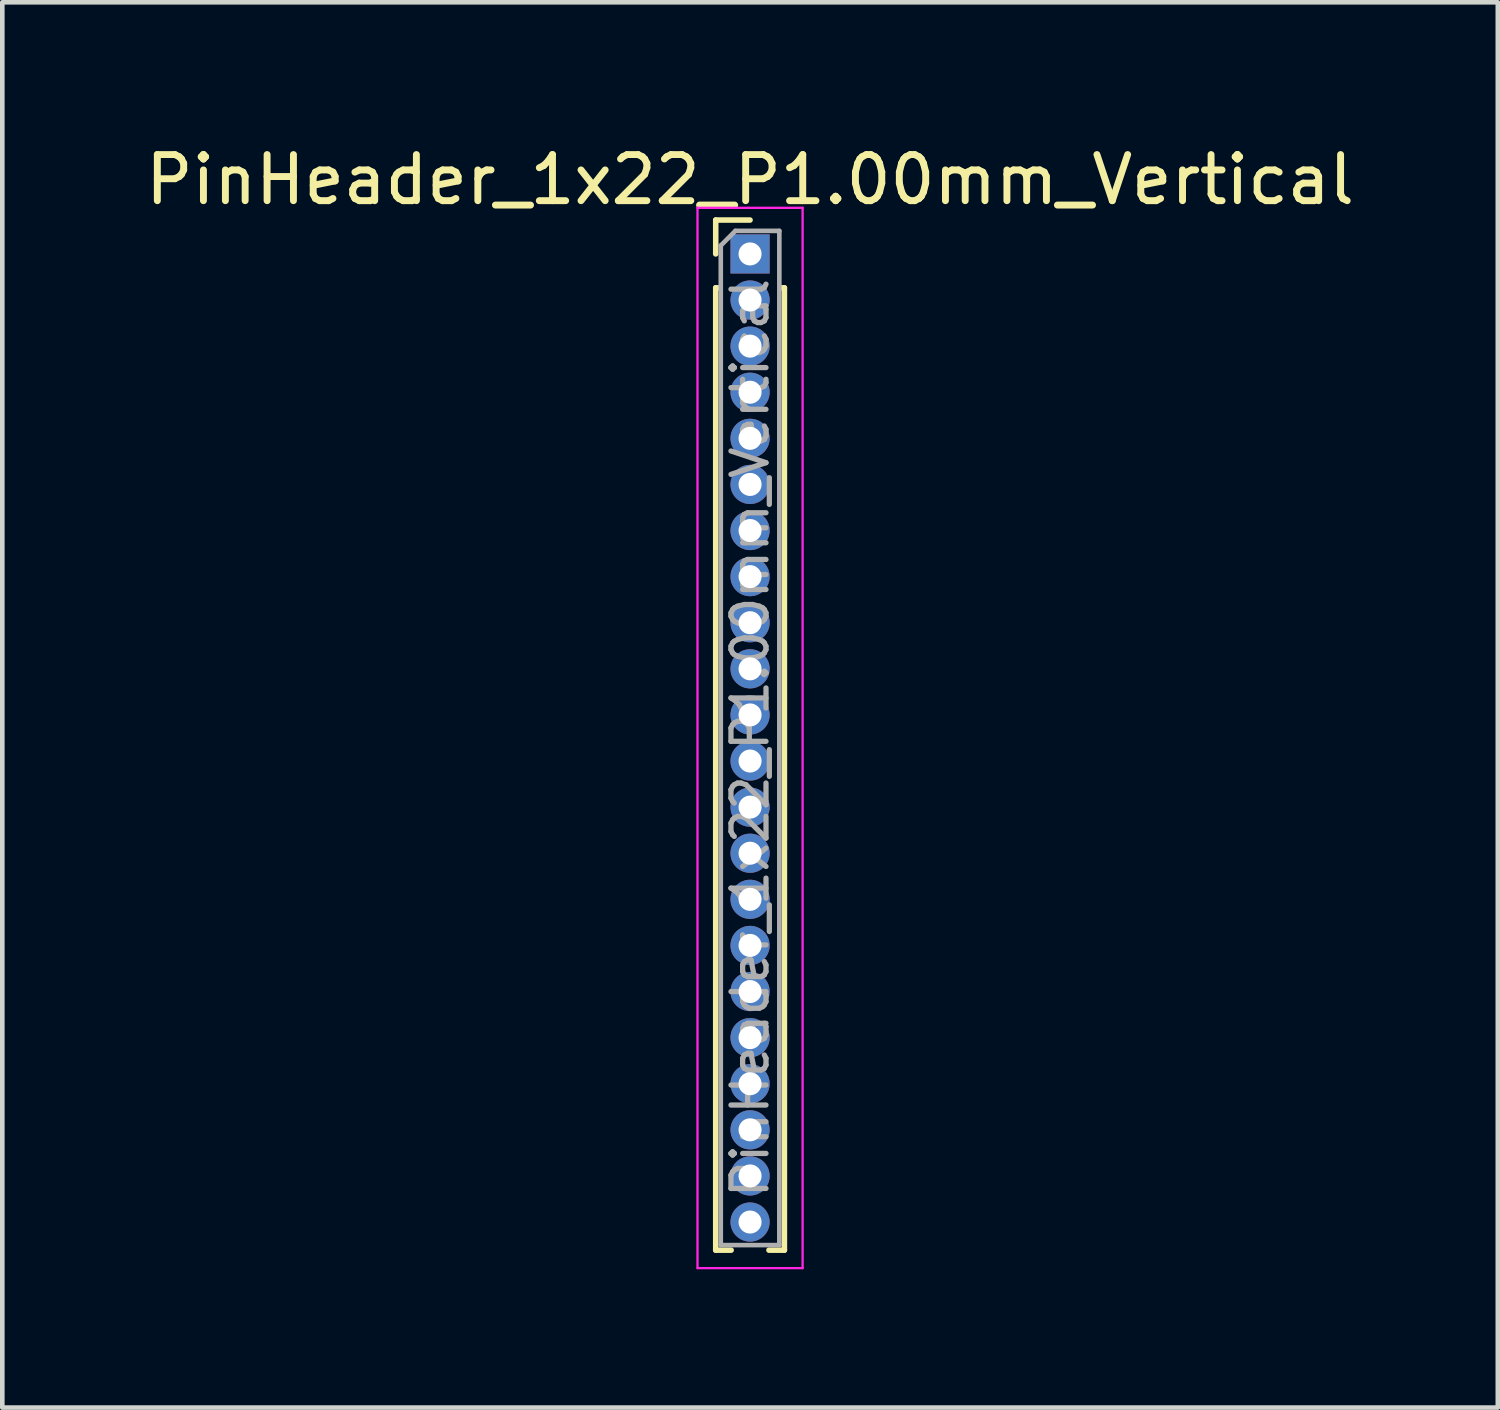
<source format=kicad_pcb>
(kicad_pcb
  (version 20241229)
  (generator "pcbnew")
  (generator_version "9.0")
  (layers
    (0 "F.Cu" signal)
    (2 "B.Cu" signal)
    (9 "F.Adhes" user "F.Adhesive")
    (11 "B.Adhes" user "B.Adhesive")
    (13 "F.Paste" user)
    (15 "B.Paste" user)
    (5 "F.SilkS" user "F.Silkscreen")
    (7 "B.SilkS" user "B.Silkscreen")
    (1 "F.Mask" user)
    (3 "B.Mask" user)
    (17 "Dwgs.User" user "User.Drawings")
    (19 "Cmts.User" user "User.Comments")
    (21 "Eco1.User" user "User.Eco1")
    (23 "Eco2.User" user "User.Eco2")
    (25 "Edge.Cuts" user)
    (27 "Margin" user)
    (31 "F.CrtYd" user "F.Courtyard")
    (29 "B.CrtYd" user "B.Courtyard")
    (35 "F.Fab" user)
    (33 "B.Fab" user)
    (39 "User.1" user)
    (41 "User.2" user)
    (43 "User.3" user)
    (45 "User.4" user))
  (footprint "PinHeader_1x22_P1.00mm_Vertical"
    (layer "F.Cu")
    (at 13.22 2.458)
    (property "Reference" "PinHeader_1x22_P1.00mm_Vertical" (at 0 -1.61 0) (layer "F.SilkS") (effects (font (size 1 1) (thickness 0.15))))
    (attr through_hole)
    (fp_line (start -0.745 -0.735) (end 0 -0.735) (stroke (width 0.12) (type solid)) (layer "F.SilkS"))
    (fp_line (start -0.745 0) (end -0.745 -0.735) (stroke (width 0.12) (type solid)) (layer "F.SilkS"))
    (fp_line (start -0.745 0.735) (end -0.745 21.61) (stroke (width 0.12) (type solid)) (layer "F.SilkS"))
    (fp_line (start -0.745 0.735) (end -0.686 0.735) (stroke (width 0.12) (type solid)) (layer "F.SilkS"))
    (fp_line (start -0.745 21.61) (end -0.41 21.61) (stroke (width 0.12) (type solid)) (layer "F.SilkS"))
    (fp_line (start 0.41 21.61) (end 0.745 21.61) (stroke (width 0.12) (type solid)) (layer "F.SilkS"))
    (fp_line (start 0.686 0.735) (end 0.745 0.735) (stroke (width 0.12) (type solid)) (layer "F.SilkS"))
    (fp_line (start 0.745 0.735) (end 0.745 21.61) (stroke (width 0.12) (type solid)) (layer "F.SilkS"))
    (fp_line (start -1.14 -1) (end -1.14 22) (stroke (width 0.05) (type solid)) (layer "F.CrtYd"))
    (fp_line (start -1.14 22) (end 1.14 22) (stroke (width 0.05) (type solid)) (layer "F.CrtYd"))
    (fp_line (start 1.14 -1) (end -1.14 -1) (stroke (width 0.05) (type solid)) (layer "F.CrtYd"))
    (fp_line (start 1.14 22) (end 1.14 -1) (stroke (width 0.05) (type solid)) (layer "F.CrtYd"))
    (fp_line (start -0.635 -0.182) (end -0.318 -0.5) (stroke (width 0.1) (type solid)) (layer "F.Fab"))
    (fp_line (start -0.635 21.5) (end -0.635 -0.182) (stroke (width 0.1) (type solid)) (layer "F.Fab"))
    (fp_line (start -0.318 -0.5) (end 0.635 -0.5) (stroke (width 0.1) (type solid)) (layer "F.Fab"))
    (fp_line (start 0.635 -0.5) (end 0.635 21.5) (stroke (width 0.1) (type solid)) (layer "F.Fab"))
    (fp_line (start 0.635 21.5) (end -0.635 21.5) (stroke (width 0.1) (type solid)) (layer "F.Fab"))
    (fp_text user "${REFERENCE}" (at 0 10.5 90) (layer "F.Fab") (effects (font (size 0.76 0.76) (thickness 0.114))))
    (pad "1" thru_hole rect (at 0 0) (size 0.85 0.85) (drill 0.5) (layers "*.Cu" "*.Mask"))
    (pad "2" thru_hole circle (at 0 1) (size 0.85 0.85) (drill 0.5) (layers "*.Cu" "*.Mask"))
    (pad "3" thru_hole circle (at 0 2) (size 0.85 0.85) (drill 0.5) (layers "*.Cu" "*.Mask"))
    (pad "4" thru_hole circle (at 0 3) (size 0.85 0.85) (drill 0.5) (layers "*.Cu" "*.Mask"))
    (pad "5" thru_hole circle (at 0 4) (size 0.85 0.85) (drill 0.5) (layers "*.Cu" "*.Mask"))
    (pad "6" thru_hole circle (at 0 5) (size 0.85 0.85) (drill 0.5) (layers "*.Cu" "*.Mask"))
    (pad "7" thru_hole circle (at 0 6) (size 0.85 0.85) (drill 0.5) (layers "*.Cu" "*.Mask"))
    (pad "8" thru_hole circle (at 0 7) (size 0.85 0.85) (drill 0.5) (layers "*.Cu" "*.Mask"))
    (pad "9" thru_hole circle (at 0 8) (size 0.85 0.85) (drill 0.5) (layers "*.Cu" "*.Mask"))
    (pad "10" thru_hole circle (at 0 9) (size 0.85 0.85) (drill 0.5) (layers "*.Cu" "*.Mask"))
    (pad "11" thru_hole circle (at 0 10) (size 0.85 0.85) (drill 0.5) (layers "*.Cu" "*.Mask"))
    (pad "12" thru_hole circle (at 0 11) (size 0.85 0.85) (drill 0.5) (layers "*.Cu" "*.Mask"))
    (pad "13" thru_hole circle (at 0 12) (size 0.85 0.85) (drill 0.5) (layers "*.Cu" "*.Mask"))
    (pad "14" thru_hole circle (at 0 13) (size 0.85 0.85) (drill 0.5) (layers "*.Cu" "*.Mask"))
    (pad "15" thru_hole circle (at 0 14) (size 0.85 0.85) (drill 0.5) (layers "*.Cu" "*.Mask"))
    (pad "16" thru_hole circle (at 0 15) (size 0.85 0.85) (drill 0.5) (layers "*.Cu" "*.Mask"))
    (pad "17" thru_hole circle (at 0 16) (size 0.85 0.85) (drill 0.5) (layers "*.Cu" "*.Mask"))
    (pad "18" thru_hole circle (at 0 17) (size 0.85 0.85) (drill 0.5) (layers "*.Cu" "*.Mask"))
    (pad "19" thru_hole circle (at 0 18) (size 0.85 0.85) (drill 0.5) (layers "*.Cu" "*.Mask"))
    (pad "20" thru_hole circle (at 0 19) (size 0.85 0.85) (drill 0.5) (layers "*.Cu" "*.Mask"))
    (pad "21" thru_hole circle (at 0 20) (size 0.85 0.85) (drill 0.5) (layers "*.Cu" "*.Mask"))
    (pad "22" thru_hole circle (at 0 21) (size 0.85 0.85) (drill 0.5) (layers "*.Cu" "*.Mask")))
  (gr_rect
    (start -3 -3)
    (end 29.44 27.483)
    (stroke (width 0.1) (type default))
    (fill no)
    (layer "Edge.Cuts")))
</source>
